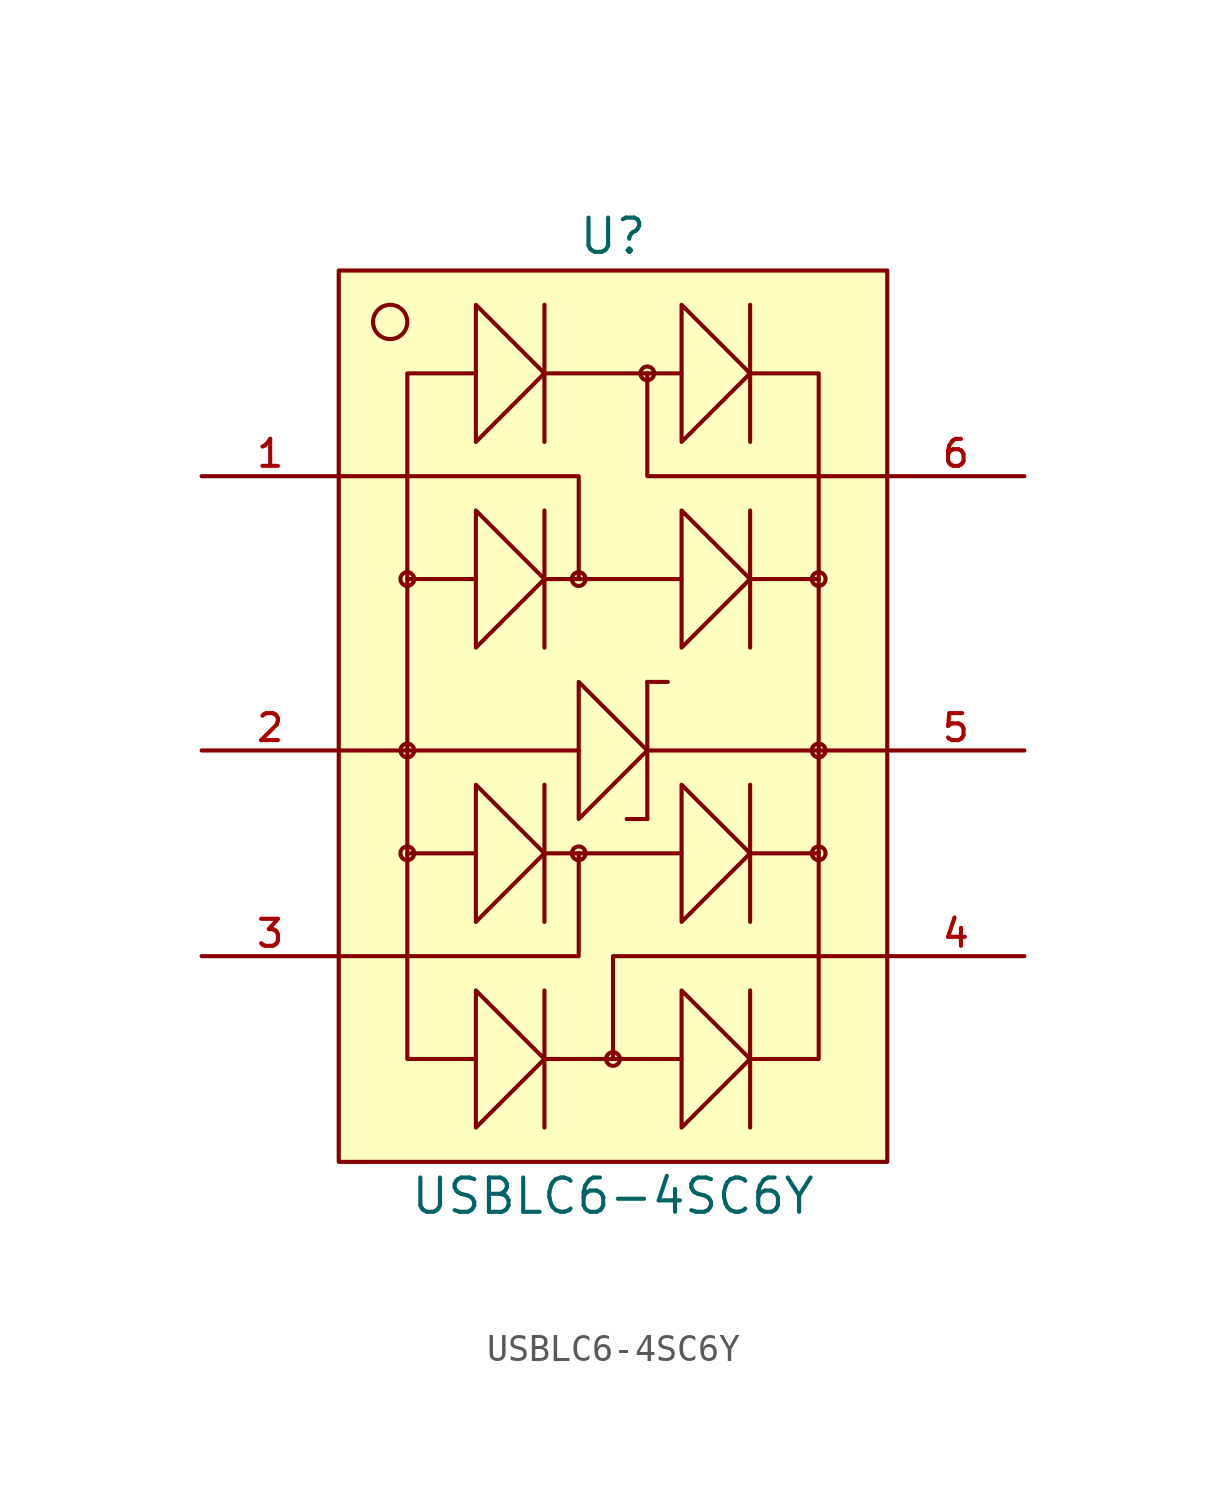
<source format=kicad_sym>
(kicad_symbol_lib
  (version 20220914)
  (generator kicad_symbol_editor)
  (symbol "USBLC6-4SC6Y"
    (pin_names hide)
    (property "Reference" "U"
      (at 0 19.05 0)
      (effects (font (size 1.27 1.27))))
    (property "Value" "USBLC6-4SC6Y"
      (at 0 -16.51 0)
      (effects (font (size 1.27 1.27))))
    (symbol "USBLC6-4SC6Y_0_1"
      (rectangle (start -10.16 17.78) (end 10.16 -15.24) (stroke (width 0) (type default)) (fill (type background)))
      (circle (center -8.255 15.875) (radius 0.635) (stroke (width 0) (type default)) (fill (type background)))
      (circle (center -7.62 -3.81) (radius 0.254) (stroke (width 0) (type default)) (fill (type background)))
      (circle (center -7.62 0) (radius 0.254) (stroke (width 0) (type default)) (fill (type background)))
      (circle (center -7.62 6.35) (radius 0.254) (stroke (width 0) (type default)) (fill (type background)))
      (circle (center -1.27 -3.81) (radius 0.254) (stroke (width 0) (type default)) (fill (type background)))
      (circle (center -1.27 6.35) (radius 0.254) (stroke (width 0) (type default)) (fill (type background)))
      (circle (center 0 -11.43) (radius 0.254) (stroke (width 0) (type default)) (fill (type background)))
      (polyline (pts (xy -7.62 0) (xy -10.16 0)) (stroke (width 0) (type default)) (fill (type none)))
      (polyline (pts (xy -5.08 -3.81) (xy -7.62 -3.81)) (stroke (width 0) (type default)) (fill (type none)))
      (polyline (pts (xy -5.08 6.35) (xy -7.62 6.35)) (stroke (width 0) (type default)) (fill (type none)))
      (polyline (pts (xy -2.54 -11.43) (xy 2.54 -11.43)) (stroke (width 0) (type default)) (fill (type none)))
      (polyline (pts (xy -2.54 -8.89) (xy -2.54 -13.97)) (stroke (width 0) (type default)) (fill (type none)))
      (polyline (pts (xy -2.54 -1.27) (xy -2.54 -6.35)) (stroke (width 0) (type default)) (fill (type none)))
      (polyline (pts (xy -2.54 8.89) (xy -2.54 3.81)) (stroke (width 0) (type default)) (fill (type none)))
      (polyline (pts (xy -2.54 16.51) (xy -2.54 11.43)) (stroke (width 0) (type default)) (fill (type none)))
      (polyline (pts (xy -1.27 0) (xy -7.62 0)) (stroke (width 0) (type default)) (fill (type none)))
      (polyline (pts (xy 1.27 -2.54) (xy 0.508 -2.54)) (stroke (width 0) (type default)) (fill (type none)))
      (polyline (pts (xy 1.27 0) (xy 7.62 0)) (stroke (width 0) (type default)) (fill (type none)))
      (polyline (pts (xy 1.27 2.54) (xy 1.27 -2.54)) (stroke (width 0) (type default)) (fill (type none)))
      (polyline (pts (xy 1.27 2.54) (xy 2.032 2.54)) (stroke (width 0) (type default)) (fill (type none)))
      (polyline (pts (xy 2.54 -3.81) (xy -2.54 -3.81)) (stroke (width 0) (type default)) (fill (type none)))
      (polyline (pts (xy 2.54 6.35) (xy -2.54 6.35)) (stroke (width 0) (type default)) (fill (type none)))
      (polyline (pts (xy 2.54 13.97) (xy -2.54 13.97)) (stroke (width 0) (type default)) (fill (type none)))
      (polyline (pts (xy 5.08 -8.89) (xy 5.08 -13.97)) (stroke (width 0) (type default)) (fill (type none)))
      (polyline (pts (xy 5.08 -1.27) (xy 5.08 -6.35)) (stroke (width 0) (type default)) (fill (type none)))
      (polyline (pts (xy 5.08 6.35) (xy 7.62 6.35)) (stroke (width 0) (type default)) (fill (type none)))
      (polyline (pts (xy 5.08 8.89) (xy 5.08 3.81)) (stroke (width 0) (type default)) (fill (type none)))
      (polyline (pts (xy 5.08 16.51) (xy 5.08 11.43)) (stroke (width 0) (type default)) (fill (type none)))
      (polyline (pts (xy 7.62 -3.81) (xy 5.08 -3.81)) (stroke (width 0) (type default)) (fill (type none)))
      (polyline (pts (xy 7.62 0) (xy 10.16 0)) (stroke (width 0) (type default)) (fill (type none)))
      (polyline (pts (xy -1.27 -3.81) (xy -1.27 -7.62) (xy -10.16 -7.62)) (stroke (width 0) (type default)) (fill (type none)))
      (polyline (pts (xy -1.27 6.35) (xy -1.27 10.16) (xy -10.16 10.16)) (stroke (width 0) (type default)) (fill (type none)))
      (polyline (pts (xy 0 -11.43) (xy 0 -7.62) (xy 10.16 -7.62)) (stroke (width 0) (type default)) (fill (type none)))
      (polyline (pts (xy 1.27 13.97) (xy 1.27 10.16) (xy 10.16 10.16)) (stroke (width 0) (type default)) (fill (type none)))
      (polyline (pts (xy -5.08 -13.97) (xy -2.54 -11.43) (xy -5.08 -8.89) (xy -5.08 -13.97)) (stroke (width 0) (type default)) (fill (type background)))
      (polyline (pts (xy -5.08 -6.35) (xy -2.54 -3.81) (xy -5.08 -1.27) (xy -5.08 -6.35)) (stroke (width 0) (type default)) (fill (type background)))
      (polyline (pts (xy -5.08 3.81) (xy -2.54 6.35) (xy -5.08 8.89) (xy -5.08 3.81)) (stroke (width 0) (type default)) (fill (type background)))
      (polyline (pts (xy -5.08 11.43) (xy -2.54 13.97) (xy -5.08 16.51) (xy -5.08 11.43)) (stroke (width 0) (type default)) (fill (type background)))
      (polyline (pts (xy -5.08 13.97) (xy -7.62 13.97) (xy -7.62 -11.43) (xy -5.08 -11.43)) (stroke (width 0) (type default)) (fill (type none)))
      (polyline (pts (xy -1.27 -2.54) (xy 1.27 0) (xy -1.27 2.54) (xy -1.27 -2.54)) (stroke (width 0) (type default)) (fill (type background)))
      (polyline (pts (xy 2.54 -13.97) (xy 5.08 -11.43) (xy 2.54 -8.89) (xy 2.54 -13.97)) (stroke (width 0) (type default)) (fill (type background)))
      (polyline (pts (xy 2.54 -6.35) (xy 5.08 -3.81) (xy 2.54 -1.27) (xy 2.54 -6.35)) (stroke (width 0) (type default)) (fill (type background)))
      (polyline (pts (xy 2.54 3.81) (xy 5.08 6.35) (xy 2.54 8.89) (xy 2.54 3.81)) (stroke (width 0) (type default)) (fill (type background)))
      (polyline (pts (xy 2.54 11.43) (xy 5.08 13.97) (xy 2.54 16.51) (xy 2.54 11.43)) (stroke (width 0) (type default)) (fill (type background)))
      (polyline (pts (xy 5.08 -11.43) (xy 7.62 -11.43) (xy 7.62 13.97) (xy 5.08 13.97)) (stroke (width 0) (type default)) (fill (type none)))
      (circle (center 1.27 13.97) (radius 0.254) (stroke (width 0) (type default)) (fill (type background)))
      (circle (center 7.62 -3.81) (radius 0.254) (stroke (width 0) (type default)) (fill (type background)))
      (circle (center 7.62 0) (radius 0.254) (stroke (width 0) (type default)) (fill (type background)))
      (circle (center 7.62 6.35) (radius 0.254) (stroke (width 0) (type default)) (fill (type background)))
      (pin input line (at -15.24 10.16 0) (length 5.08) (name "I/O1" (effects (font (size 1 1)))) (number "1" (effects (font (size 1 1)))))
      (pin input line (at -15.24 0 0) (length 5.08) (name "GND" (effects (font (size 1 1)))) (number "2" (effects (font (size 1 1)))))
      (pin input line (at -15.24 -7.62 0) (length 5.08) (name "I/O2" (effects (font (size 1 1)))) (number "3" (effects (font (size 1 1)))))
      (pin input line (at 15.24 -7.62 180) (length 5.08) (name "I/O3" (effects (font (size 1 1)))) (number "4" (effects (font (size 1 1)))))
      (pin input line (at 15.24 0 180) (length 5.08) (name "VBUS" (effects (font (size 1 1)))) (number "5" (effects (font (size 1 1)))))
      (pin input line (at 15.24 10.16 180) (length 5.08) (name "I/O4" (effects (font (size 1 1)))) (number "6" (effects (font (size 1 1))))))))
</source>
